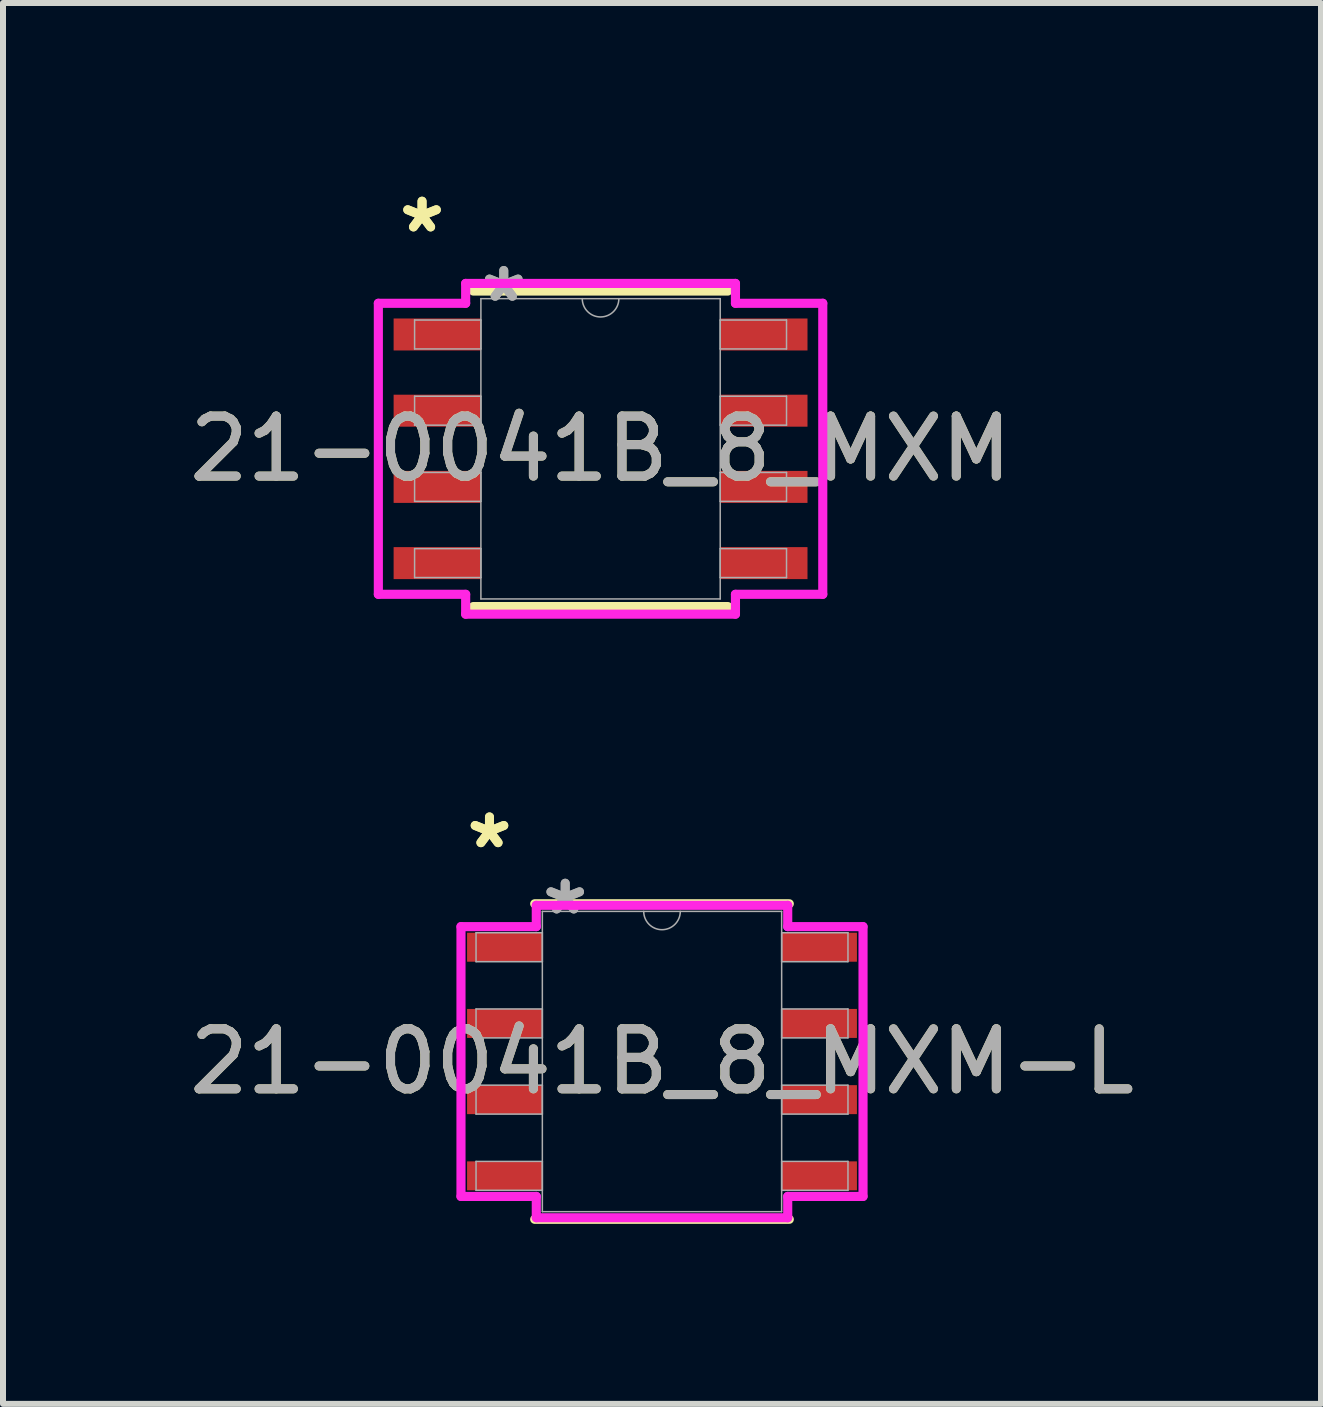
<source format=kicad_pcb>
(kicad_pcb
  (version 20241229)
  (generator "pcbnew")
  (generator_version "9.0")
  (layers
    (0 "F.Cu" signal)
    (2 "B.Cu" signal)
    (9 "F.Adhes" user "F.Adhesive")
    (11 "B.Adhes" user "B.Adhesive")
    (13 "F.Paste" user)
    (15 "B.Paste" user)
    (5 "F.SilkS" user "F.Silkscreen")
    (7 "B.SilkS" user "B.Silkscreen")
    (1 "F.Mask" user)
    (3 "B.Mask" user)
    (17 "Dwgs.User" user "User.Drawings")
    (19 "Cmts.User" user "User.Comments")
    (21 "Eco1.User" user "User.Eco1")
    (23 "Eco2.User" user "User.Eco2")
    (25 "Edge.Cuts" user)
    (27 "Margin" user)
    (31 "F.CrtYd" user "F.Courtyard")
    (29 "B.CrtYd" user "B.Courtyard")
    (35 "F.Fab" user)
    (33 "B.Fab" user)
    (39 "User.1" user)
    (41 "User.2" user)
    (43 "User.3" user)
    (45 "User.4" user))
  (footprint "21-0041B_8_MXM"
    (layer "F.Cu")
    (at 6.958 4.429)
    (property "Reference" "21-0041B_8_MXM" (at 0 0 0) (unlocked yes) (layer "F.SilkS") (effects (font (size 1 1) (thickness 0.15))))
    (attr smd)
    (fp_line (start -2.121 2.629) (end 2.121 2.629) (stroke (width 0.152) (type solid)) (layer "F.SilkS"))
    (fp_line (start 2.121 -2.629) (end -2.121 -2.629) (stroke (width 0.152) (type solid)) (layer "F.SilkS"))
    (fp_line (start -3.703 -2.425) (end -2.248 -2.425) (stroke (width 0.152) (type solid)) (layer "F.CrtYd"))
    (fp_line (start -3.703 2.425) (end -3.703 -2.425) (stroke (width 0.152) (type solid)) (layer "F.CrtYd"))
    (fp_line (start -3.703 2.425) (end -2.248 2.425) (stroke (width 0.152) (type solid)) (layer "F.CrtYd"))
    (fp_line (start -2.248 -2.756) (end 2.248 -2.756) (stroke (width 0.152) (type solid)) (layer "F.CrtYd"))
    (fp_line (start -2.248 -2.425) (end -2.248 -2.756) (stroke (width 0.152) (type solid)) (layer "F.CrtYd"))
    (fp_line (start -2.248 2.756) (end -2.248 2.425) (stroke (width 0.152) (type solid)) (layer "F.CrtYd"))
    (fp_line (start 2.248 -2.756) (end 2.248 -2.425) (stroke (width 0.152) (type solid)) (layer "F.CrtYd"))
    (fp_line (start 2.248 2.425) (end 2.248 2.756) (stroke (width 0.152) (type solid)) (layer "F.CrtYd"))
    (fp_line (start 2.248 2.756) (end -2.248 2.756) (stroke (width 0.152) (type solid)) (layer "F.CrtYd"))
    (fp_line (start 3.703 -2.425) (end 2.248 -2.425) (stroke (width 0.152) (type solid)) (layer "F.CrtYd"))
    (fp_line (start 3.703 -2.425) (end 3.703 2.425) (stroke (width 0.152) (type solid)) (layer "F.CrtYd"))
    (fp_line (start 3.703 2.425) (end 2.248 2.425) (stroke (width 0.152) (type solid)) (layer "F.CrtYd"))
    (fp_line (start -3.099 -2.146) (end -3.099 -1.664) (stroke (width 0.025) (type solid)) (layer "F.Fab"))
    (fp_line (start -3.099 -1.664) (end -1.994 -1.664) (stroke (width 0.025) (type solid)) (layer "F.Fab"))
    (fp_line (start -3.099 -0.876) (end -3.099 -0.394) (stroke (width 0.025) (type solid)) (layer "F.Fab"))
    (fp_line (start -3.099 -0.394) (end -1.994 -0.394) (stroke (width 0.025) (type solid)) (layer "F.Fab"))
    (fp_line (start -3.099 0.394) (end -3.099 0.876) (stroke (width 0.025) (type solid)) (layer "F.Fab"))
    (fp_line (start -3.099 0.876) (end -1.994 0.876) (stroke (width 0.025) (type solid)) (layer "F.Fab"))
    (fp_line (start -3.099 1.664) (end -3.099 2.146) (stroke (width 0.025) (type solid)) (layer "F.Fab"))
    (fp_line (start -3.099 2.146) (end -1.994 2.146) (stroke (width 0.025) (type solid)) (layer "F.Fab"))
    (fp_line (start -1.994 -2.502) (end -1.994 2.502) (stroke (width 0.025) (type solid)) (layer "F.Fab"))
    (fp_line (start -1.994 -2.146) (end -3.099 -2.146) (stroke (width 0.025) (type solid)) (layer "F.Fab"))
    (fp_line (start -1.994 -1.664) (end -1.994 -2.146) (stroke (width 0.025) (type solid)) (layer "F.Fab"))
    (fp_line (start -1.994 -0.876) (end -3.099 -0.876) (stroke (width 0.025) (type solid)) (layer "F.Fab"))
    (fp_line (start -1.994 -0.394) (end -1.994 -0.876) (stroke (width 0.025) (type solid)) (layer "F.Fab"))
    (fp_line (start -1.994 0.394) (end -3.099 0.394) (stroke (width 0.025) (type solid)) (layer "F.Fab"))
    (fp_line (start -1.994 0.876) (end -1.994 0.394) (stroke (width 0.025) (type solid)) (layer "F.Fab"))
    (fp_line (start -1.994 1.664) (end -3.099 1.664) (stroke (width 0.025) (type solid)) (layer "F.Fab"))
    (fp_line (start -1.994 2.146) (end -1.994 1.664) (stroke (width 0.025) (type solid)) (layer "F.Fab"))
    (fp_line (start -1.994 2.502) (end 1.994 2.502) (stroke (width 0.025) (type solid)) (layer "F.Fab"))
    (fp_line (start 1.994 -2.502) (end -1.994 -2.502) (stroke (width 0.025) (type solid)) (layer "F.Fab"))
    (fp_line (start 1.994 -2.146) (end 1.994 -1.664) (stroke (width 0.025) (type solid)) (layer "F.Fab"))
    (fp_line (start 1.994 -1.664) (end 3.099 -1.664) (stroke (width 0.025) (type solid)) (layer "F.Fab"))
    (fp_line (start 1.994 -0.876) (end 1.994 -0.394) (stroke (width 0.025) (type solid)) (layer "F.Fab"))
    (fp_line (start 1.994 -0.394) (end 3.099 -0.394) (stroke (width 0.025) (type solid)) (layer "F.Fab"))
    (fp_line (start 1.994 0.394) (end 1.994 0.876) (stroke (width 0.025) (type solid)) (layer "F.Fab"))
    (fp_line (start 1.994 0.876) (end 3.099 0.876) (stroke (width 0.025) (type solid)) (layer "F.Fab"))
    (fp_line (start 1.994 1.664) (end 1.994 2.146) (stroke (width 0.025) (type solid)) (layer "F.Fab"))
    (fp_line (start 1.994 2.146) (end 3.099 2.146) (stroke (width 0.025) (type solid)) (layer "F.Fab"))
    (fp_line (start 1.994 2.502) (end 1.994 -2.502) (stroke (width 0.025) (type solid)) (layer "F.Fab"))
    (fp_line (start 3.099 -2.146) (end 1.994 -2.146) (stroke (width 0.025) (type solid)) (layer "F.Fab"))
    (fp_line (start 3.099 -1.664) (end 3.099 -2.146) (stroke (width 0.025) (type solid)) (layer "F.Fab"))
    (fp_line (start 3.099 -0.876) (end 1.994 -0.876) (stroke (width 0.025) (type solid)) (layer "F.Fab"))
    (fp_line (start 3.099 -0.394) (end 3.099 -0.876) (stroke (width 0.025) (type solid)) (layer "F.Fab"))
    (fp_line (start 3.099 0.394) (end 1.994 0.394) (stroke (width 0.025) (type solid)) (layer "F.Fab"))
    (fp_line (start 3.099 0.876) (end 3.099 0.394) (stroke (width 0.025) (type solid)) (layer "F.Fab"))
    (fp_line (start 3.099 1.664) (end 1.994 1.664) (stroke (width 0.025) (type solid)) (layer "F.Fab"))
    (fp_line (start 3.099 2.146) (end 3.099 1.664) (stroke (width 0.025) (type solid)) (layer "F.Fab"))
    (fp_arc (start 0.3048 -2.5019) (mid 0 -2.1971) (end -0.3048 -2.5019) (stroke (width 0.0254) (type solid)) (layer "F.Fab"))
    (fp_text user "*" (at -2.975 -3.581 0) (unlocked yes) (layer "F.SilkS") (effects (font (size 1 1) (thickness 0.15))))
    (fp_text user "*" (at -2.975 -3.581 0) (layer "F.SilkS") (effects (font (size 1 1) (thickness 0.15))))
    (fp_text user "*" (at -1.613 -2.426 0) (unlocked yes) (layer "F.Fab") (effects (font (size 1 1) (thickness 0.15))))
    (fp_text user "*" (at -1.613 -2.426 0) (layer "F.Fab") (effects (font (size 1 1) (thickness 0.15))))
    (fp_text user "${REFERENCE}" (at 0 0 0) (unlocked yes) (layer "F.Fab") (effects (font (size 1 1) (thickness 0.15))))
    (pad "1" smd rect (at -2.721 -1.905) (size 1.455 0.533) (layers "F.Cu" "F.Mask" "F.Paste"))
    (pad "2" smd rect (at -2.721 -0.635) (size 1.455 0.533) (layers "F.Cu" "F.Mask" "F.Paste"))
    (pad "3" smd rect (at -2.721 0.635) (size 1.455 0.533) (layers "F.Cu" "F.Mask" "F.Paste"))
    (pad "4" smd rect (at -2.721 1.905) (size 1.455 0.533) (layers "F.Cu" "F.Mask" "F.Paste"))
    (pad "5" smd rect (at 2.721 1.905) (size 1.455 0.533) (layers "F.Cu" "F.Mask" "F.Paste"))
    (pad "6" smd rect (at 2.721 0.635) (size 1.455 0.533) (layers "F.Cu" "F.Mask" "F.Paste"))
    (pad "7" smd rect (at 2.721 -0.635) (size 1.455 0.533) (layers "F.Cu" "F.Mask" "F.Paste"))
    (pad "8" smd rect (at 2.721 -1.905) (size 1.455 0.533) (layers "F.Cu" "F.Mask" "F.Paste")))
  (footprint "21-0041B_8_MXM-L"
    (layer "F.Cu")
    (at 7.982 14.64)
    (property "Reference" "21-0041B_8_MXM-L" (at 0 0 0) (unlocked yes) (layer "F.SilkS") (effects (font (size 1 1) (thickness 0.15))))
    (attr smd)
    (fp_line (start -2.121 2.629) (end 2.121 2.629) (stroke (width 0.152) (type solid)) (layer "F.SilkS"))
    (fp_line (start 2.121 -2.629) (end -2.121 -2.629) (stroke (width 0.152) (type solid)) (layer "F.SilkS"))
    (fp_line (start -3.35 -2.248) (end -2.095 -2.248) (stroke (width 0.152) (type solid)) (layer "F.CrtYd"))
    (fp_line (start -3.35 2.248) (end -3.35 -2.248) (stroke (width 0.152) (type solid)) (layer "F.CrtYd"))
    (fp_line (start -3.35 2.248) (end -2.095 2.248) (stroke (width 0.152) (type solid)) (layer "F.CrtYd"))
    (fp_line (start -2.095 -2.603) (end 2.095 -2.603) (stroke (width 0.152) (type solid)) (layer "F.CrtYd"))
    (fp_line (start -2.095 -2.248) (end -2.095 -2.603) (stroke (width 0.152) (type solid)) (layer "F.CrtYd"))
    (fp_line (start -2.095 2.603) (end -2.095 2.248) (stroke (width 0.152) (type solid)) (layer "F.CrtYd"))
    (fp_line (start 2.095 -2.603) (end 2.095 -2.248) (stroke (width 0.152) (type solid)) (layer "F.CrtYd"))
    (fp_line (start 2.095 2.248) (end 2.095 2.603) (stroke (width 0.152) (type solid)) (layer "F.CrtYd"))
    (fp_line (start 2.095 2.603) (end -2.095 2.603) (stroke (width 0.152) (type solid)) (layer "F.CrtYd"))
    (fp_line (start 3.35 -2.248) (end 2.095 -2.248) (stroke (width 0.152) (type solid)) (layer "F.CrtYd"))
    (fp_line (start 3.35 -2.248) (end 3.35 2.248) (stroke (width 0.152) (type solid)) (layer "F.CrtYd"))
    (fp_line (start 3.35 2.248) (end 2.095 2.248) (stroke (width 0.152) (type solid)) (layer "F.CrtYd"))
    (fp_line (start -3.099 -2.146) (end -3.099 -1.664) (stroke (width 0.025) (type solid)) (layer "F.Fab"))
    (fp_line (start -3.099 -1.664) (end -1.994 -1.664) (stroke (width 0.025) (type solid)) (layer "F.Fab"))
    (fp_line (start -3.099 -0.876) (end -3.099 -0.394) (stroke (width 0.025) (type solid)) (layer "F.Fab"))
    (fp_line (start -3.099 -0.394) (end -1.994 -0.394) (stroke (width 0.025) (type solid)) (layer "F.Fab"))
    (fp_line (start -3.099 0.394) (end -3.099 0.876) (stroke (width 0.025) (type solid)) (layer "F.Fab"))
    (fp_line (start -3.099 0.876) (end -1.994 0.876) (stroke (width 0.025) (type solid)) (layer "F.Fab"))
    (fp_line (start -3.099 1.664) (end -3.099 2.146) (stroke (width 0.025) (type solid)) (layer "F.Fab"))
    (fp_line (start -3.099 2.146) (end -1.994 2.146) (stroke (width 0.025) (type solid)) (layer "F.Fab"))
    (fp_line (start -1.994 -2.502) (end -1.994 2.502) (stroke (width 0.025) (type solid)) (layer "F.Fab"))
    (fp_line (start -1.994 -2.146) (end -3.099 -2.146) (stroke (width 0.025) (type solid)) (layer "F.Fab"))
    (fp_line (start -1.994 -1.664) (end -1.994 -2.146) (stroke (width 0.025) (type solid)) (layer "F.Fab"))
    (fp_line (start -1.994 -0.876) (end -3.099 -0.876) (stroke (width 0.025) (type solid)) (layer "F.Fab"))
    (fp_line (start -1.994 -0.394) (end -1.994 -0.876) (stroke (width 0.025) (type solid)) (layer "F.Fab"))
    (fp_line (start -1.994 0.394) (end -3.099 0.394) (stroke (width 0.025) (type solid)) (layer "F.Fab"))
    (fp_line (start -1.994 0.876) (end -1.994 0.394) (stroke (width 0.025) (type solid)) (layer "F.Fab"))
    (fp_line (start -1.994 1.664) (end -3.099 1.664) (stroke (width 0.025) (type solid)) (layer "F.Fab"))
    (fp_line (start -1.994 2.146) (end -1.994 1.664) (stroke (width 0.025) (type solid)) (layer "F.Fab"))
    (fp_line (start -1.994 2.502) (end 1.994 2.502) (stroke (width 0.025) (type solid)) (layer "F.Fab"))
    (fp_line (start 1.994 -2.502) (end -1.994 -2.502) (stroke (width 0.025) (type solid)) (layer "F.Fab"))
    (fp_line (start 1.994 -2.146) (end 1.994 -1.664) (stroke (width 0.025) (type solid)) (layer "F.Fab"))
    (fp_line (start 1.994 -1.664) (end 3.099 -1.664) (stroke (width 0.025) (type solid)) (layer "F.Fab"))
    (fp_line (start 1.994 -0.876) (end 1.994 -0.394) (stroke (width 0.025) (type solid)) (layer "F.Fab"))
    (fp_line (start 1.994 -0.394) (end 3.099 -0.394) (stroke (width 0.025) (type solid)) (layer "F.Fab"))
    (fp_line (start 1.994 0.394) (end 1.994 0.876) (stroke (width 0.025) (type solid)) (layer "F.Fab"))
    (fp_line (start 1.994 0.876) (end 3.099 0.876) (stroke (width 0.025) (type solid)) (layer "F.Fab"))
    (fp_line (start 1.994 1.664) (end 1.994 2.146) (stroke (width 0.025) (type solid)) (layer "F.Fab"))
    (fp_line (start 1.994 2.146) (end 3.099 2.146) (stroke (width 0.025) (type solid)) (layer "F.Fab"))
    (fp_line (start 1.994 2.502) (end 1.994 -2.502) (stroke (width 0.025) (type solid)) (layer "F.Fab"))
    (fp_line (start 3.099 -2.146) (end 1.994 -2.146) (stroke (width 0.025) (type solid)) (layer "F.Fab"))
    (fp_line (start 3.099 -1.664) (end 3.099 -2.146) (stroke (width 0.025) (type solid)) (layer "F.Fab"))
    (fp_line (start 3.099 -0.876) (end 1.994 -0.876) (stroke (width 0.025) (type solid)) (layer "F.Fab"))
    (fp_line (start 3.099 -0.394) (end 3.099 -0.876) (stroke (width 0.025) (type solid)) (layer "F.Fab"))
    (fp_line (start 3.099 0.394) (end 1.994 0.394) (stroke (width 0.025) (type solid)) (layer "F.Fab"))
    (fp_line (start 3.099 0.876) (end 3.099 0.394) (stroke (width 0.025) (type solid)) (layer "F.Fab"))
    (fp_line (start 3.099 1.664) (end 1.994 1.664) (stroke (width 0.025) (type solid)) (layer "F.Fab"))
    (fp_line (start 3.099 2.146) (end 3.099 1.664) (stroke (width 0.025) (type solid)) (layer "F.Fab"))
    (fp_arc (start 0.3048 -2.5019) (mid 0 -2.1971) (end -0.3048 -2.5019) (stroke (width 0.0254) (type solid)) (layer "F.Fab"))
    (fp_text user "*" (at -2.875 -3.531 0) (unlocked yes) (layer "F.SilkS") (effects (font (size 1 1) (thickness 0.15))))
    (fp_text user "*" (at -2.875 -3.531 0) (layer "F.SilkS") (effects (font (size 1 1) (thickness 0.15))))
    (fp_text user "${REFERENCE}" (at 0 0 0) (unlocked yes) (layer "F.Fab") (effects (font (size 1 1) (thickness 0.15))))
    (fp_text user "*" (at -1.613 -2.426 0) (layer "F.Fab") (effects (font (size 1 1) (thickness 0.15))))
    (fp_text user "*" (at -1.613 -2.426 0) (unlocked yes) (layer "F.Fab") (effects (font (size 1 1) (thickness 0.15))))
    (pad "1" smd rect (at -2.621 -1.905) (size 1.255 0.483) (layers "F.Cu" "F.Mask" "F.Paste"))
    (pad "2" smd rect (at -2.621 -0.635) (size 1.255 0.483) (layers "F.Cu" "F.Mask" "F.Paste"))
    (pad "3" smd rect (at -2.621 0.635) (size 1.255 0.483) (layers "F.Cu" "F.Mask" "F.Paste"))
    (pad "4" smd rect (at -2.621 1.905) (size 1.255 0.483) (layers "F.Cu" "F.Mask" "F.Paste"))
    (pad "5" smd rect (at 2.621 1.905) (size 1.255 0.483) (layers "F.Cu" "F.Mask" "F.Paste"))
    (pad "6" smd rect (at 2.621 0.635) (size 1.255 0.483) (layers "F.Cu" "F.Mask" "F.Paste"))
    (pad "7" smd rect (at 2.621 -0.635) (size 1.255 0.483) (layers "F.Cu" "F.Mask" "F.Paste"))
    (pad "8" smd rect (at 2.621 -1.905) (size 1.255 0.483) (layers "F.Cu" "F.Mask" "F.Paste")))
  (gr_rect
    (start -3 -3)
    (end 18.964 20.345)
    (stroke (width 0.1) (type default))
    (fill no)
    (layer "Edge.Cuts")))
</source>
